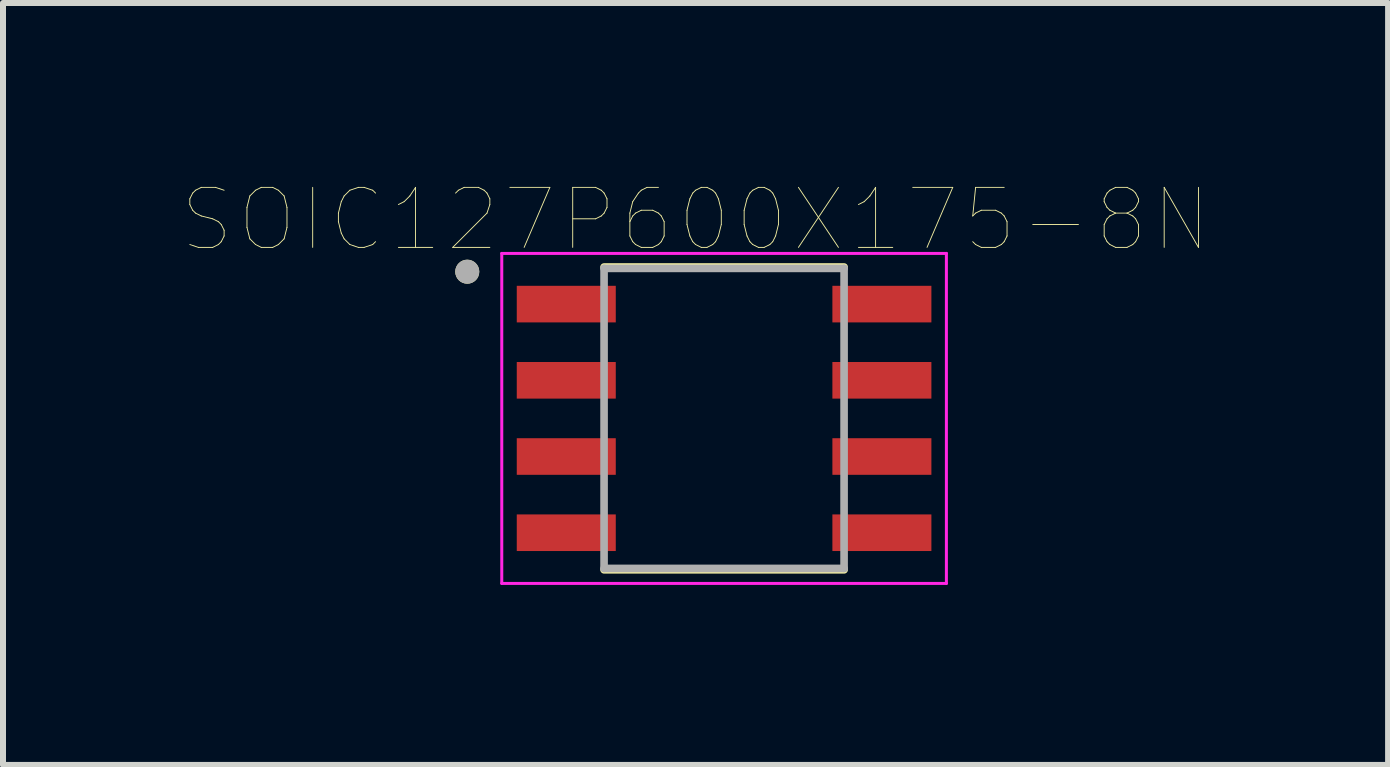
<source format=kicad_pcb>
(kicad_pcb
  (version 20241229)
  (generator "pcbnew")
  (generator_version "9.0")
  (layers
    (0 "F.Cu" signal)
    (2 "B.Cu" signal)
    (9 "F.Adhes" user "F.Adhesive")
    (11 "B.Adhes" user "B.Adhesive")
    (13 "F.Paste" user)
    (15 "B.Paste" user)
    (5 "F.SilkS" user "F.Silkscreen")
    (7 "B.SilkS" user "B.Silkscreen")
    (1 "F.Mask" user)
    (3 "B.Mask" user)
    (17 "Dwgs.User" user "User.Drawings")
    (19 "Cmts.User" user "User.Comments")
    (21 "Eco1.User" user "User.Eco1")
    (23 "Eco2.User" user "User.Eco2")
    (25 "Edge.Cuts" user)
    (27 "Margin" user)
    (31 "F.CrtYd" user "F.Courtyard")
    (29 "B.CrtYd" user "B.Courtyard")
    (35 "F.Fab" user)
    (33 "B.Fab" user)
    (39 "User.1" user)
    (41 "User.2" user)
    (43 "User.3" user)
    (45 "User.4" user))
  (footprint "SOIC127P600X175-8N"
    (layer "F.Cu")
    (at 9.017 3.923)
    (property "Reference" "SOIC127P600X175-8N" (at -0.475 -3.312 0) (layer "F.SilkS") (effects (font (size 1 1) (thickness 0.015))))
    (attr through_hole)
    (fp_line (start -2 -2.523) (end 2 -2.523) (stroke (width 0.127) (type solid)) (layer "F.SilkS"))
    (fp_line (start -2 2.523) (end 2 2.523) (stroke (width 0.127) (type solid)) (layer "F.SilkS"))
    (fp_circle (center -4.28 -2.445) (end -4.18 -2.445) (stroke (width 0.2) (type solid)) (fill no) (layer "F.SilkS"))
    (fp_line (start -3.705 -2.75) (end -3.705 2.75) (stroke (width 0.05) (type solid)) (layer "F.CrtYd"))
    (fp_line (start -3.705 -2.75) (end 3.705 -2.75) (stroke (width 0.05) (type solid)) (layer "F.CrtYd"))
    (fp_line (start -3.705 2.75) (end 3.705 2.75) (stroke (width 0.05) (type solid)) (layer "F.CrtYd"))
    (fp_line (start 3.705 -2.75) (end 3.705 2.75) (stroke (width 0.05) (type solid)) (layer "F.CrtYd"))
    (fp_line (start -2 -2.5) (end -2 2.5) (stroke (width 0.127) (type solid)) (layer "F.Fab"))
    (fp_line (start -2 -2.5) (end 2 -2.5) (stroke (width 0.127) (type solid)) (layer "F.Fab"))
    (fp_line (start -2 2.5) (end 2 2.5) (stroke (width 0.127) (type solid)) (layer "F.Fab"))
    (fp_line (start 2 -2.5) (end 2 2.5) (stroke (width 0.127) (type solid)) (layer "F.Fab"))
    (fp_circle (center -4.28 -2.445) (end -4.18 -2.445) (stroke (width 0.2) (type solid)) (fill no) (layer "F.Fab"))
    (pad "1" smd rect (at -2.63 -1.905) (size 1.65 0.61) (layers "F.Cu" "F.Mask" "F.Paste"))
    (pad "2" smd rect (at -2.63 -0.635) (size 1.65 0.61) (layers "F.Cu" "F.Mask" "F.Paste"))
    (pad "3" smd rect (at -2.63 0.635) (size 1.65 0.61) (layers "F.Cu" "F.Mask" "F.Paste"))
    (pad "4" smd rect (at -2.63 1.905) (size 1.65 0.61) (layers "F.Cu" "F.Mask" "F.Paste"))
    (pad "5" smd rect (at 2.63 1.905) (size 1.65 0.61) (layers "F.Cu" "F.Mask" "F.Paste"))
    (pad "6" smd rect (at 2.63 0.635) (size 1.65 0.61) (layers "F.Cu" "F.Mask" "F.Paste"))
    (pad "7" smd rect (at 2.63 -0.635) (size 1.65 0.61) (layers "F.Cu" "F.Mask" "F.Paste"))
    (pad "8" smd rect (at 2.63 -1.905) (size 1.65 0.61) (layers "F.Cu" "F.Mask" "F.Paste")))
  (gr_rect
    (start -3 -3)
    (end 20.083 9.698)
    (stroke (width 0.1) (type default))
    (fill no)
    (layer "Edge.Cuts")))
</source>
